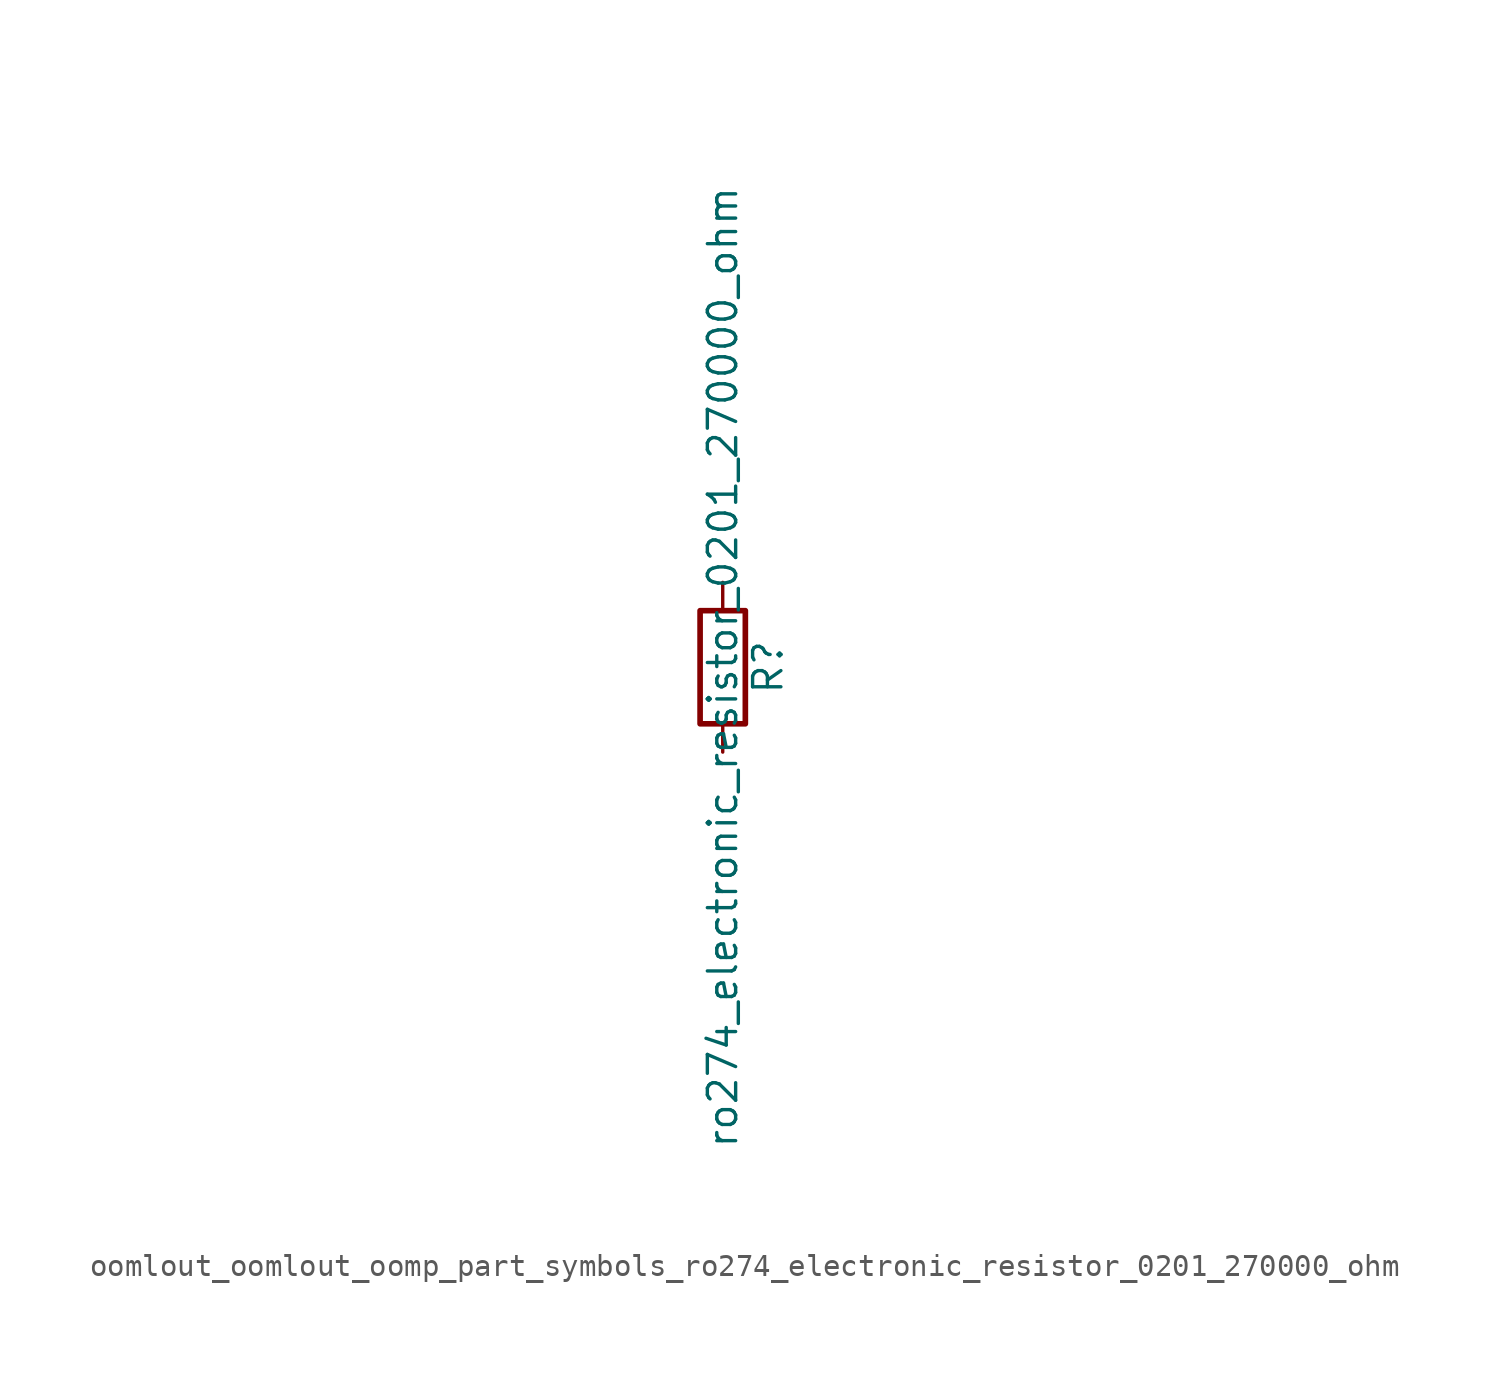
<source format=kicad_sym>
(kicad_symbol_lib
  (version 20220914)
  (generator kicad_symbol_editor)
  (symbol "oomlout_oomlout_oomp_part_symbols_ro274_electronic_resistor_0201_270000_ohm"
    (pin_numbers hide)
    (pin_names
      (offset 0))
    (property "Reference" "R"
      (at 2.032 0 90)
      (effects (font (size 1.27 1.27))))
    (property "Value" "ro274_electronic_resistor_0201_270000_ohm"
      (at 0 0 90)
      (effects (font (size 1.27 1.27))))
    (symbol "oomlout_oomlout_oomp_part_symbols_ro274_electronic_resistor_0201_270000_ohm_0_1"
      (rectangle (start -1.016 -2.54) (end 1.016 2.54) (stroke (width 0.254) (type default)) (fill (type none))))
    (symbol "oomlout_oomlout_oomp_part_symbols_ro274_electronic_resistor_0201_270000_ohm_1_1"
      (pin passive line (at 0 3.81 270) (length 1.27) (name "~" (effects (font (size 1.27 1.27)))) (number "1" (effects (font (size 1.27 1.27)))))
      (pin passive line (at 0 -3.81 90) (length 1.27) (name "~" (effects (font (size 1.27 1.27)))) (number "2" (effects (font (size 1.27 1.27))))))))
</source>
